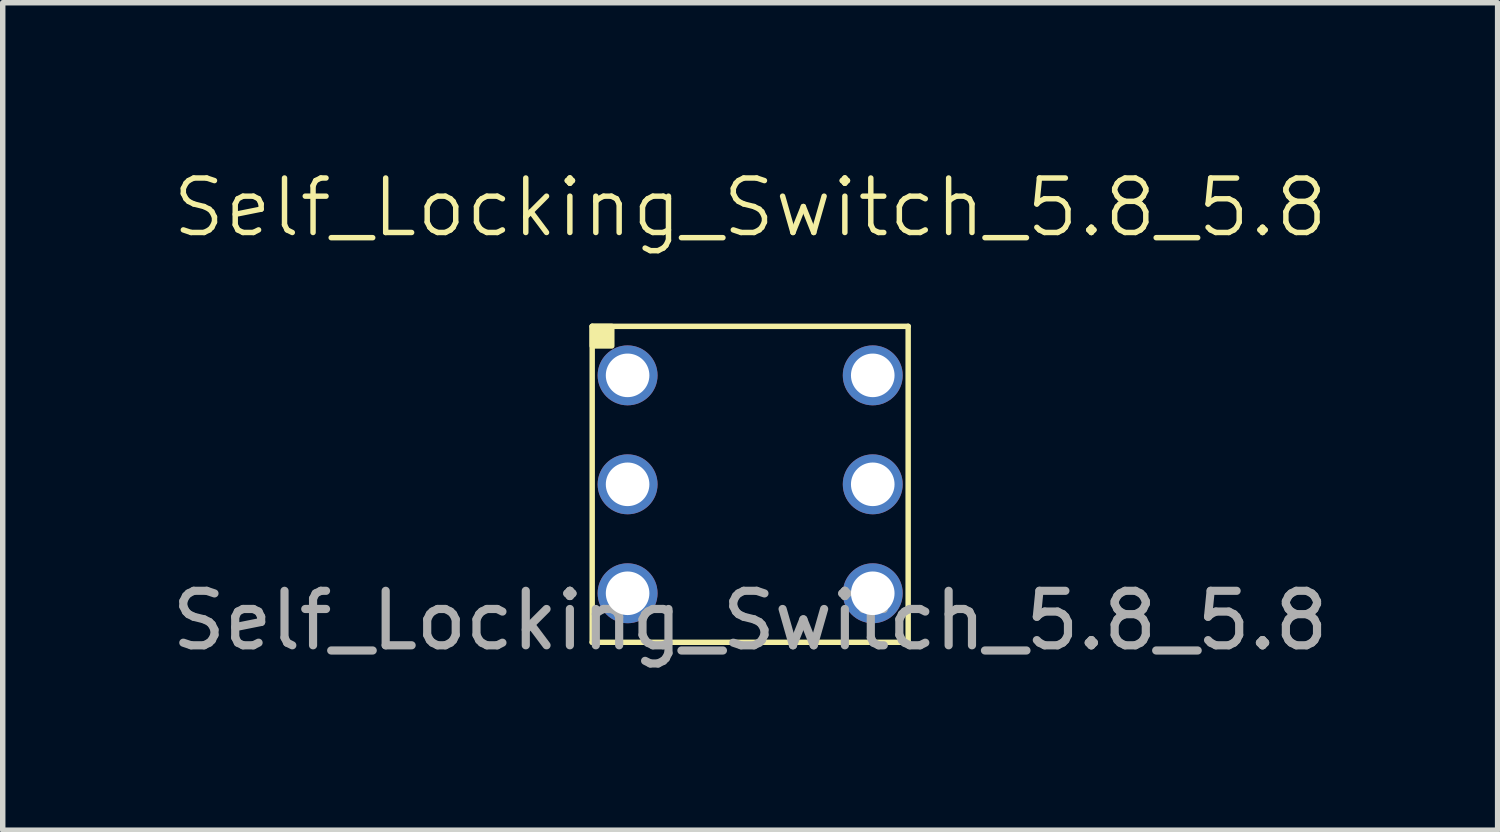
<source format=kicad_pcb>
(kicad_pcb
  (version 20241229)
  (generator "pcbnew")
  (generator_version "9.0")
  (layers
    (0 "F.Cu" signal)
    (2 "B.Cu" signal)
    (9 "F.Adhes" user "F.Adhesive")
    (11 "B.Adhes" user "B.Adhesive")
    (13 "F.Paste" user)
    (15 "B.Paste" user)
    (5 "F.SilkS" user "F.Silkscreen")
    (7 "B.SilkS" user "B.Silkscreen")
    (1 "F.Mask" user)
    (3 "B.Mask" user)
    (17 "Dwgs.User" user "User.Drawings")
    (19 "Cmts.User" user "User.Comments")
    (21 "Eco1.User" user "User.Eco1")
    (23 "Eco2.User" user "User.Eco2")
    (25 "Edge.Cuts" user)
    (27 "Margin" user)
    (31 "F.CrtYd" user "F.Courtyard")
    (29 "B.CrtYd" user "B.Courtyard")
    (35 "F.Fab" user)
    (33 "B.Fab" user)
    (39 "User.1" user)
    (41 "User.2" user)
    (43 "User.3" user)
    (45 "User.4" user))
  (footprint "Self_Locking_Switch_5.8_5.8"
    (layer "F.Cu")
    (at 10.72 5.84)
    (property "Reference" "Self_Locking_Switch_5.8_5.8" (at 0 -5.08 0) (unlocked yes) (layer "F.SilkS") (effects (font (size 1 1) (thickness 0.1))))
    (attr through_hole)
    (fp_line (start -2.9 -2.9) (end 2.9 -2.9) (stroke (width 0.1) (type default)) (layer "F.SilkS"))
    (fp_line (start -2.9 2.9) (end 2.9 2.9) (stroke (width 0.1) (type default)) (layer "F.SilkS"))
    (fp_line (start 2.9 -2.9) (end 2.9 2.9) (stroke (width 0.1) (type default)) (layer "F.SilkS"))
    (fp_rect (start -2.9 -2.9) (end -2.9 2.9) (stroke (width 0.1) (type default)) (fill no) (layer "F.SilkS"))
    (fp_rect (start -2.9 -2.9) (end -2.54 -2.54) (stroke (width 0.1) (type solid)) (fill yes) (layer "F.SilkS"))
    (fp_text user "${REFERENCE}" (at 0 2.5 0) (unlocked yes) (layer "F.Fab") (effects (font (size 1 1) (thickness 0.15))))
    (pad "1" thru_hole circle (at -2.25 -2) (size 1.1 1.1) (drill 0.8) (layers "*.Cu" "*.Mask"))
    (pad "2" thru_hole circle (at -2.25 0) (size 1.1 1.1) (drill 0.8) (layers "*.Cu" "*.Mask"))
    (pad "3" thru_hole circle (at -2.25 2) (size 1.1 1.1) (drill 0.8) (layers "*.Cu" "*.Mask"))
    (pad "4" thru_hole circle (at 2.25 2) (size 1.1 1.1) (drill 0.8) (layers "*.Cu" "*.Mask"))
    (pad "5" thru_hole circle (at 2.25 0) (size 1.1 1.1) (drill 0.8) (layers "*.Cu" "*.Mask"))
    (pad "6" thru_hole circle (at 2.25 -2) (size 1.1 1.1) (drill 0.8) (layers "*.Cu" "*.Mask")))
  (gr_rect
    (start -3 -3)
    (end 24.44 12.189)
    (stroke (width 0.1) (type default))
    (fill no)
    (layer "Edge.Cuts")))
</source>
